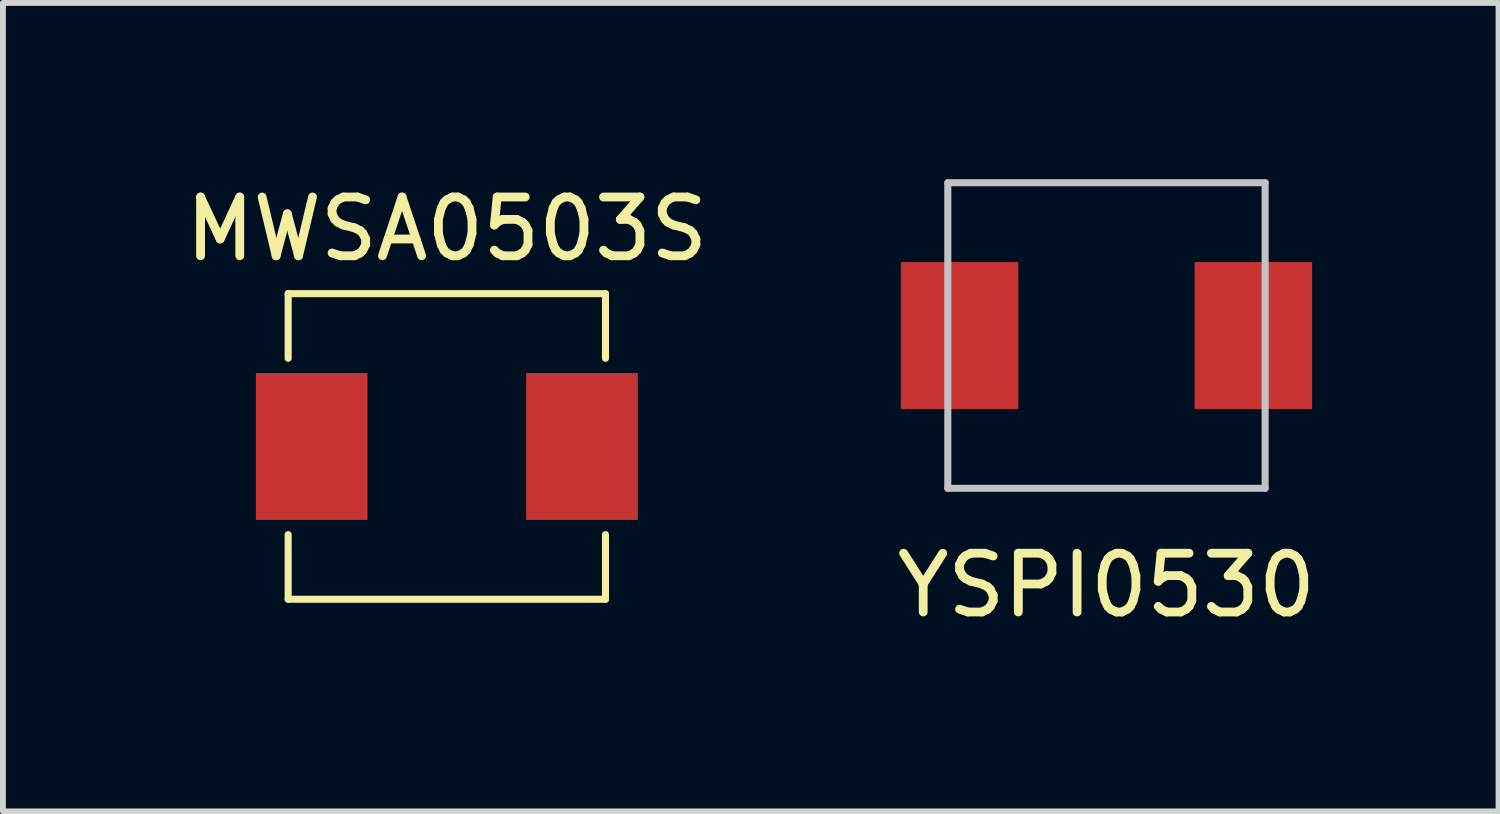
<source format=kicad_pcb>
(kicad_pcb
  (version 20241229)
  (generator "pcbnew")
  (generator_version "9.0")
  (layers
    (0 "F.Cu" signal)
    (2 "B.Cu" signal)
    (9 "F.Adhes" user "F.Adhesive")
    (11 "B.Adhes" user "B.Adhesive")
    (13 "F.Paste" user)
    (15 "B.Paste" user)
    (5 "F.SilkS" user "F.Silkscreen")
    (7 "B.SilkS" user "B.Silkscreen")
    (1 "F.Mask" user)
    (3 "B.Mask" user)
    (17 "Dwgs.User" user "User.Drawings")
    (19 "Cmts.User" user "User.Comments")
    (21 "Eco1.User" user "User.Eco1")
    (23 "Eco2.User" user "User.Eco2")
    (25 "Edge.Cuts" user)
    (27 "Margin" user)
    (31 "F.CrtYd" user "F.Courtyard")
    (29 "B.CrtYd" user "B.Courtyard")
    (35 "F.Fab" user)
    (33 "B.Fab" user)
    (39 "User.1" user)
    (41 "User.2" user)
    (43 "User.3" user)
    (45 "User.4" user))
  (footprint "MWSA0503S"
    (layer "F.Cu")
    (at 4.554 4.548)
    (property "Reference" "MWSA0503S" (at 0 -3.7 0) (layer "F.SilkS") (effects (font (size 1 1) (thickness 0.15))))
    (attr smd)
    (fp_line (start -2.7 -2.6) (end -2.7 -1.5) (stroke (width 0.12) (type solid)) (layer "F.SilkS"))
    (fp_line (start -2.7 -2.6) (end 2.7 -2.6) (stroke (width 0.12) (type solid)) (layer "F.SilkS"))
    (fp_line (start -2.7 2.6) (end -2.7 1.5) (stroke (width 0.12) (type solid)) (layer "F.SilkS"))
    (fp_line (start -2.7 2.6) (end 2.7 2.6) (stroke (width 0.12) (type solid)) (layer "F.SilkS"))
    (fp_line (start 2.7 -2.6) (end 2.7 -1.5) (stroke (width 0.12) (type solid)) (layer "F.SilkS"))
    (fp_line (start 2.7 2.6) (end 2.7 1.5) (stroke (width 0.12) (type solid)) (layer "F.SilkS"))
    (pad "1" smd rect (at 2.3 0) (size 1.9 2.5) (layers "F.Cu" "F.Mask" "F.Paste"))
    (pad "2" smd rect (at -2.3 0) (size 1.9 2.5) (layers "F.Cu" "F.Mask" "F.Paste")))
  (footprint "YSPI0530"
    (layer "F.Cu")
    (at 15.78 2.66)
    (property "Reference" "YSPI0530" (at 0 4.25 0) (layer "F.SilkS") (effects (font (size 1 1) (thickness 0.15))))
    (attr through_hole)
    (fp_line (start -2.7 -2.6) (end 2.7 -2.6) (stroke (width 0.12) (type solid)) (layer "Dwgs.User"))
    (fp_line (start -2.7 2.6) (end -2.7 -2.6) (stroke (width 0.12) (type solid)) (layer "Dwgs.User"))
    (fp_line (start 2.7 -2.6) (end 2.7 2.6) (stroke (width 0.12) (type solid)) (layer "Dwgs.User"))
    (fp_line (start 2.7 2.6) (end -2.7 2.6) (stroke (width 0.12) (type solid)) (layer "Dwgs.User"))
    (pad "1" smd rect (at -2.5 0) (size 2 2.5) (layers "F.Cu" "F.Mask" "F.Paste"))
    (pad "2" smd rect (at 2.5 0) (size 2 2.5) (layers "F.Cu" "F.Mask" "F.Paste")))
  (gr_rect
    (start -3 -3)
    (end 22.452 10.758)
    (stroke (width 0.1) (type default))
    (fill no)
    (layer "Edge.Cuts")))
</source>
